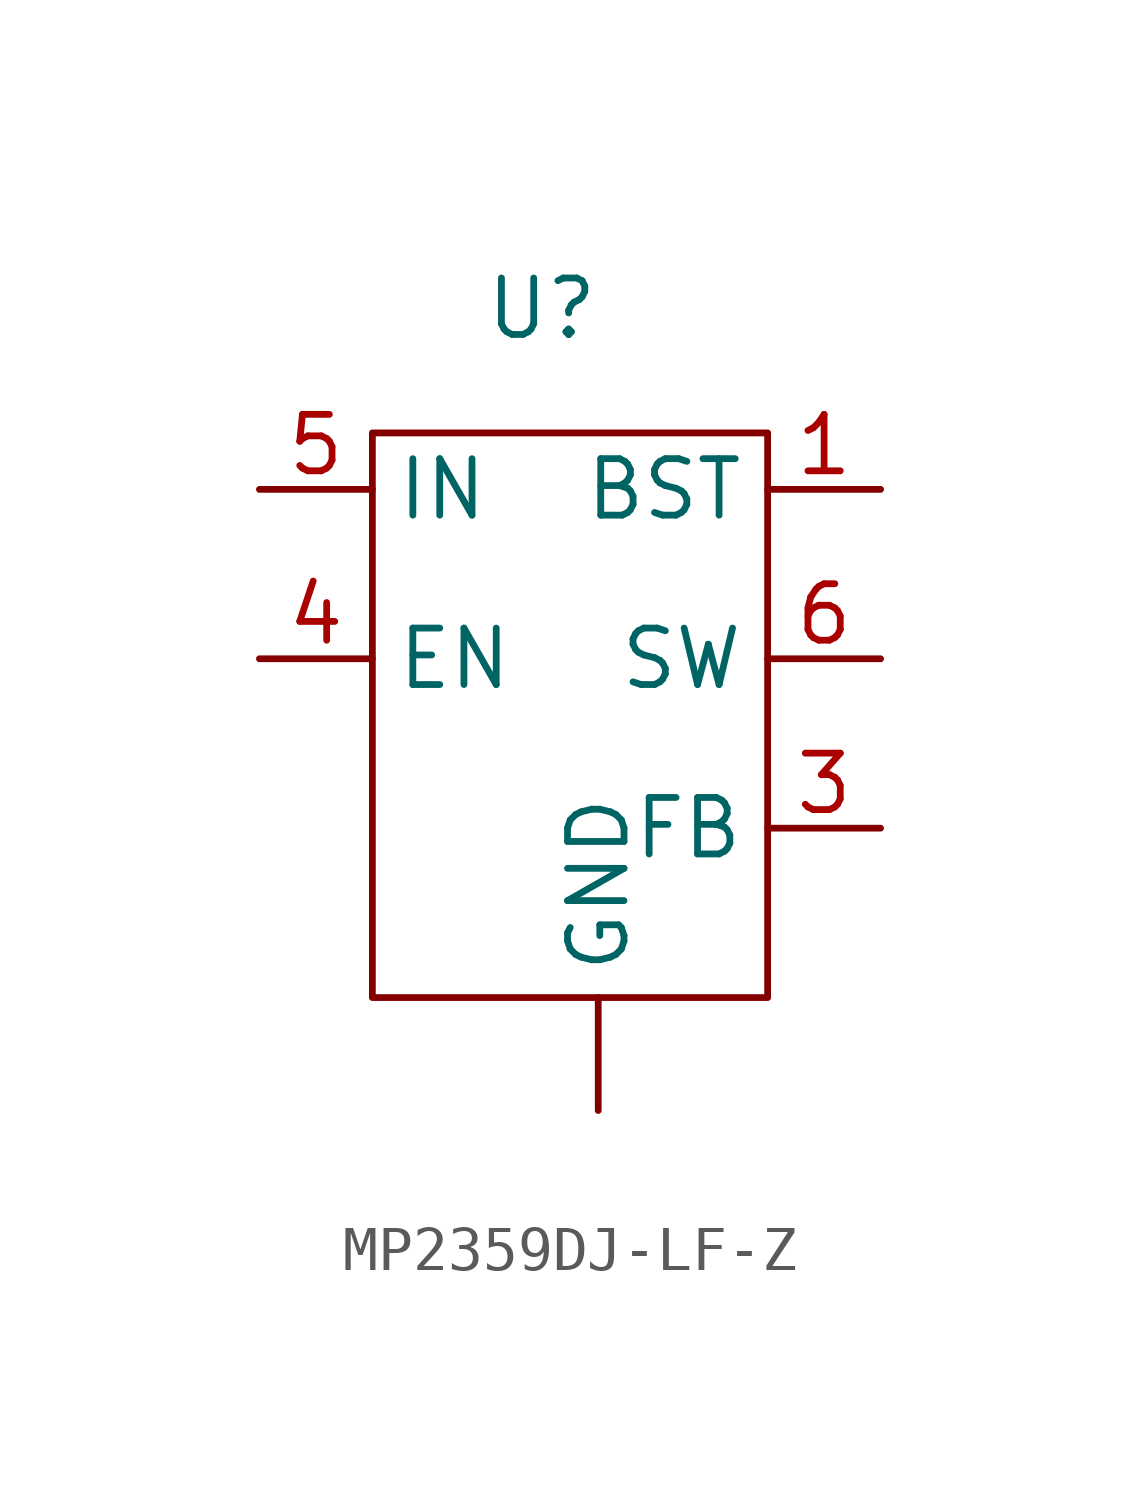
<source format=kicad_sym>
(kicad_symbol_lib
  (version 20231120)
  (generator "kicad_symbol_editor")
  (generator_version "8.0")
  (symbol "MP2359DJ-LF-Z"
    (property "Reference" "U"
      (at 0 6.604 0)
      (effects (font (size 1.27 1.27))))
    (property "Value" ""
      (at 0 0 0)
      (effects (font (size 1.27 1.27))))
    (symbol "MP2359DJ-LF-Z_0_1"
      (rectangle (start -3.81 3.81) (end 5.08 -8.89) (stroke (width 0) (type default)) (fill (type none))))
    (symbol "MP2359DJ-LF-Z_1_1"
      (pin input line (at 7.62 2.54 180) (length 2.54) (name "BST" (effects (font (size 1.27 1.27)))) (number "1" (effects (font (size 1.27 1.27)))))
      (pin bidirectional line (at 7.62 -5.08 180) (length 2.54) (name "FB" (effects (font (size 1.27 1.27)))) (number "3" (effects (font (size 1.27 1.27)))))
      (pin bidirectional line (at -6.35 -1.27 0) (length 2.54) (name "EN" (effects (font (size 1.27 1.27)))) (number "4" (effects (font (size 1.27 1.27)))))
      (pin input line (at -6.35 2.54 0) (length 2.54) (name "IN" (effects (font (size 1.27 1.27)))) (number "5" (effects (font (size 1.27 1.27)))))
      (pin output line (at 7.62 -1.27 180) (length 2.54) (name "SW" (effects (font (size 1.27 1.27)))) (number "6" (effects (font (size 1.27 1.27)))))
      (pin input line (at 1.27 -11.43 90) (length 2.54) (name "GND" (effects (font (size 1.27 1.27)))) (number "~" (effects (font (size 1.27 1.27))))))))
</source>
